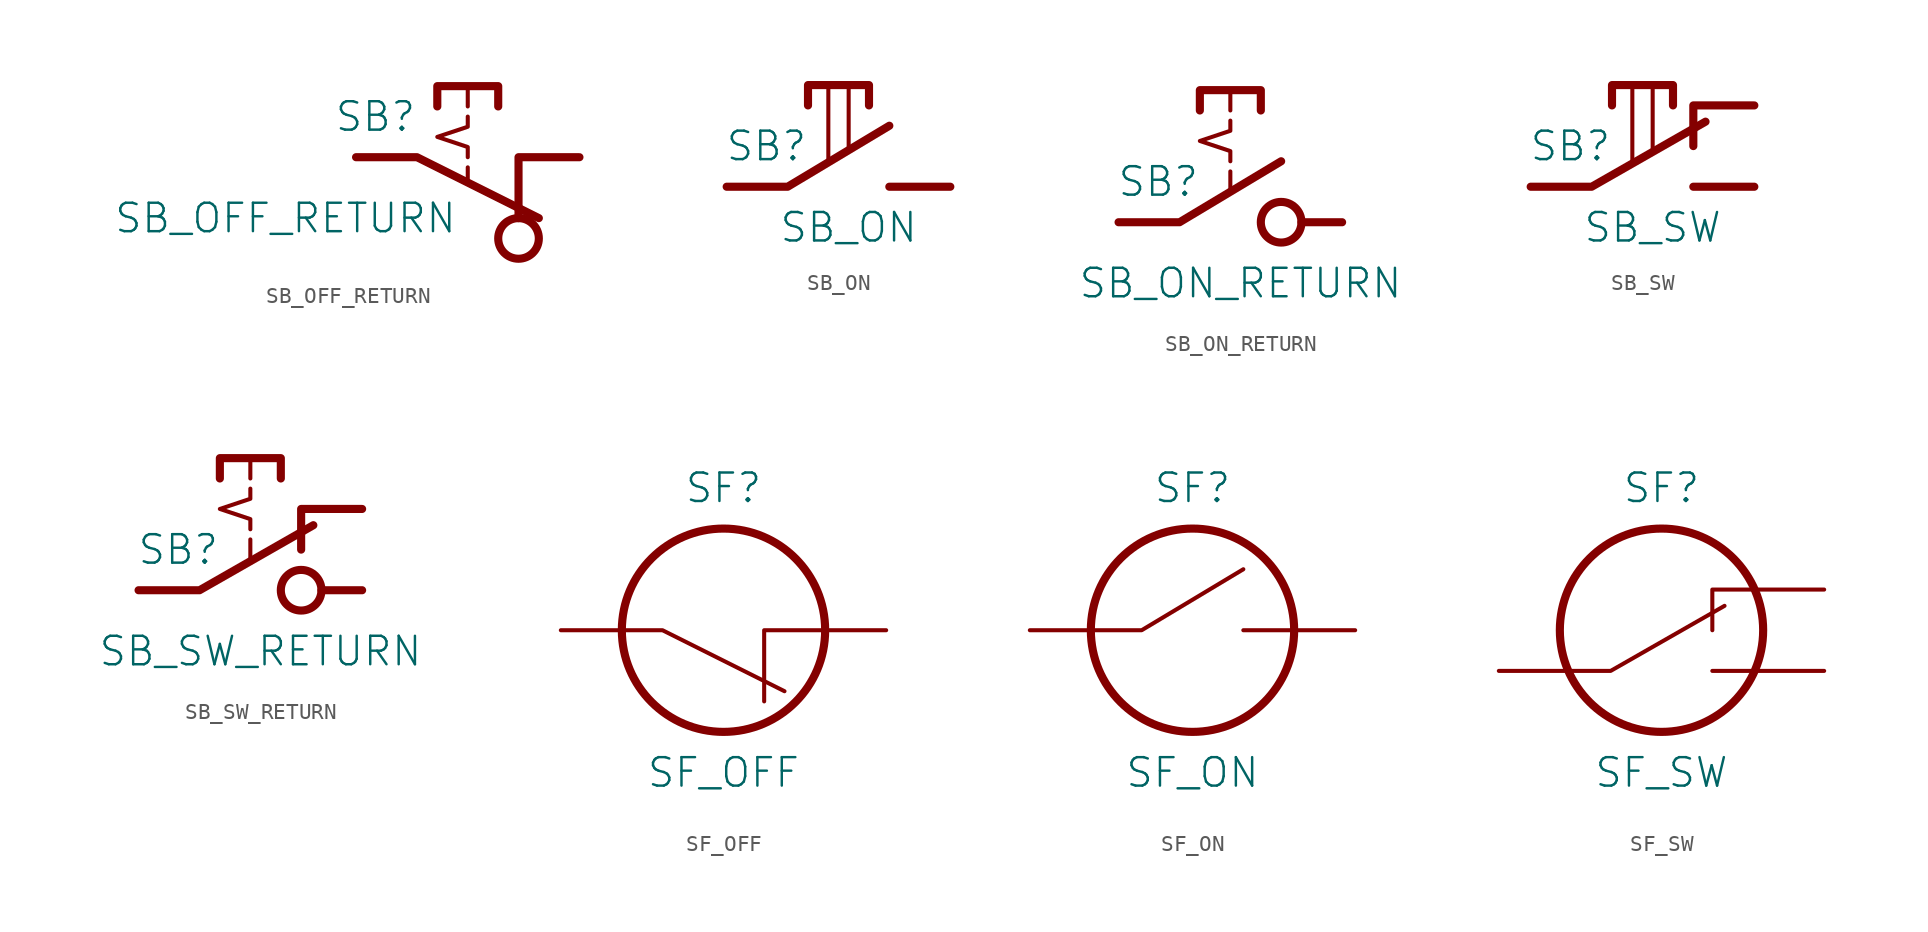
<source format=kicad_sym>
(kicad_symbol_lib
  (version 20211014)
  (generator kicad_symbol_editor)
  (symbol "SB_OFF_RETURN"
    (pin_names
      (offset 0))
    (property "Reference" "SB"
      (at -3.81 2.54 0)
      (effects (font (size 1.778 1.778)) (justify right)))
    (property "Value" "SB_OFF_RETURN"
      (at -1.27 -3.81 0)
      (effects (font (size 1.778 1.778)) (justify right)))
    (symbol "SB_OFF_RETURN_0_1"
      (polyline (pts (xy -0.635 -0.635) (xy -0.635 -1.524)) (stroke (width 0.254) (type default) (color 0 0 0 0)) (fill (type none)))
      (polyline (pts (xy -0.635 4.445) (xy -0.635 3.175)) (stroke (width 0.254) (type default) (color 0 0 0 0)) (fill (type none)))
      (polyline (pts (xy -7.62 0) (xy -3.81 0) (xy 3.81 -3.81)) (stroke (width 0.508) (type default) (color 0 0 0 0)) (fill (type none)))
      (polyline (pts (xy 6.35 0) (xy 2.54 0) (xy 2.54 -3.81)) (stroke (width 0.508) (type default) (color 0 0 0 0)) (fill (type none)))
      (polyline (pts (xy -2.54 3.175) (xy -2.54 4.445) (xy 1.27 4.445) (xy 1.27 3.175)) (stroke (width 0.508) (type default) (color 0 0 0 0)) (fill (type none)))
      (polyline (pts (xy -0.635 2.54) (xy -0.635 1.905) (xy -2.54 1.27) (xy -0.635 0.635) (xy -0.635 0)) (stroke (width 0.254) (type default) (color 0 0 0 0)) (fill (type none)))
      (circle (center 2.54 -5.08) (radius 1.27) (stroke (width 0.508) (type default) (color 0 0 0 0)) (fill (type none))))
    (symbol "SB_OFF_RETURN_1_1"
      (pin passive line (at -7.62 0 0) (length 2.54) hide (name "~" (effects (font (size 1.27 1.27)))) (number "1" (effects (font (size 1.27 1.27)))))
      (pin passive line (at 6.35 0 180) (length 2.54) hide (name "~" (effects (font (size 1.27 1.27)))) (number "2" (effects (font (size 1.27 1.27)))))))
  (symbol "SB_ON"
    (pin_names
      (offset 0))
    (property "Reference" "SB"
      (at -2.54 2.54 0)
      (effects (font (size 1.778 1.778)) (justify right)))
    (property "Value" "SB_ON"
      (at 0 -2.54 0)
      (effects (font (size 1.778 1.778))))
    (symbol "SB_ON_0_1"
      (polyline (pts (xy -1.27 1.524) (xy -1.27 6.35)) (stroke (width 0.254) (type default) (color 0 0 0 0)) (fill (type none)))
      (polyline (pts (xy 0 6.35) (xy 0 2.286)) (stroke (width 0.254) (type default) (color 0 0 0 0)) (fill (type none)))
      (polyline (pts (xy 6.35 0) (xy 2.54 0)) (stroke (width 0.508) (type default) (color 0 0 0 0)) (fill (type none)))
      (polyline (pts (xy -7.62 0) (xy -3.81 0) (xy 2.54 3.81)) (stroke (width 0.508) (type default) (color 0 0 0 0)) (fill (type none)))
      (polyline (pts (xy -2.54 5.08) (xy -2.54 6.35) (xy 1.27 6.35) (xy 1.27 5.08)) (stroke (width 0.508) (type default) (color 0 0 0 0)) (fill (type none))))
    (symbol "SB_ON_1_1"
      (pin passive line (at -7.62 0 0) (length 2.54) hide (name "~" (effects (font (size 1.27 1.27)))) (number "1" (effects (font (size 1.27 1.27)))))
      (pin passive line (at 6.35 0 180) (length 2.54) hide (name "~" (effects (font (size 1.27 1.27)))) (number "2" (effects (font (size 1.27 1.27)))))))
  (symbol "SB_ON_RETURN"
    (pin_names
      (offset 0))
    (property "Reference" "SB"
      (at -2.54 2.54 0)
      (effects (font (size 1.778 1.778)) (justify right)))
    (property "Value" "SB_ON_RETURN"
      (at 0 -3.81 0)
      (effects (font (size 1.778 1.778))))
    (symbol "SB_ON_RETURN_0_1"
      (polyline (pts (xy -0.635 1.905) (xy -0.635 3.175)) (stroke (width 0.254) (type default) (color 0 0 0 0)) (fill (type none)))
      (polyline (pts (xy -0.635 6.985) (xy -0.635 8.255)) (stroke (width 0.254) (type default) (color 0 0 0 0)) (fill (type none)))
      (polyline (pts (xy 6.35 0) (xy 3.81 0)) (stroke (width 0.508) (type default) (color 0 0 0 0)) (fill (type none)))
      (polyline (pts (xy -7.62 0) (xy -3.81 0) (xy 2.54 3.81)) (stroke (width 0.508) (type default) (color 0 0 0 0)) (fill (type none)))
      (polyline (pts (xy -2.54 6.985) (xy -2.54 8.255) (xy 1.27 8.255) (xy 1.27 6.985)) (stroke (width 0.508) (type default) (color 0 0 0 0)) (fill (type none)))
      (polyline (pts (xy -0.635 6.35) (xy -0.635 5.715) (xy -2.54 5.08) (xy -0.635 4.445) (xy -0.635 3.81)) (stroke (width 0.254) (type default) (color 0 0 0 0)) (fill (type none)))
      (circle (center 2.54 0) (radius 1.27) (stroke (width 0.508) (type default) (color 0 0 0 0)) (fill (type none))))
    (symbol "SB_ON_RETURN_1_1"
      (pin passive line (at -7.62 0 0) (length 2.54) hide (name "~" (effects (font (size 1.27 1.27)))) (number "1" (effects (font (size 1.27 1.27)))))
      (pin passive line (at 6.35 0 180) (length 2.54) hide (name "~" (effects (font (size 1.27 1.27)))) (number "2" (effects (font (size 1.27 1.27)))))))
  (symbol "SB_SW"
    (pin_names
      (offset 0))
    (property "Reference" "SB"
      (at -2.54 2.54 0)
      (effects (font (size 1.778 1.778)) (justify right)))
    (property "Value" "SB_SW"
      (at 0 -2.54 0)
      (effects (font (size 1.778 1.778))))
    (symbol "SB_SW_0_1"
      (polyline (pts (xy -1.27 1.524) (xy -1.27 6.35)) (stroke (width 0.254) (type default) (color 0 0 0 0)) (fill (type none)))
      (polyline (pts (xy 0 6.35) (xy 0 2.286)) (stroke (width 0.254) (type default) (color 0 0 0 0)) (fill (type none)))
      (polyline (pts (xy 2.54 0) (xy 6.35 0)) (stroke (width 0.508) (type default) (color 0 0 0 0)) (fill (type none)))
      (polyline (pts (xy 3.302 4.064) (xy -3.81 0) (xy -7.62 0)) (stroke (width 0.508) (type default) (color 0 0 0 0)) (fill (type none)))
      (polyline (pts (xy 6.35 5.08) (xy 2.54 5.08) (xy 2.54 2.54)) (stroke (width 0.508) (type default) (color 0 0 0 0)) (fill (type none)))
      (polyline (pts (xy -2.54 5.08) (xy -2.54 6.35) (xy 1.27 6.35) (xy 1.27 5.08)) (stroke (width 0.508) (type default) (color 0 0 0 0)) (fill (type none))))
    (symbol "SB_SW_1_1"
      (pin passive line (at 6.35 5.08 180) (length 2.54) hide (name "~" (effects (font (size 1.27 1.27)))) (number "1" (effects (font (size 1.27 1.27)))))
      (pin passive line (at -7.62 0 0) (length 2.54) hide (name "~" (effects (font (size 1.27 1.27)))) (number "2" (effects (font (size 1.27 1.27)))))
      (pin passive line (at 6.35 0 180) (length 2.54) hide (name "~" (effects (font (size 1.27 1.27)))) (number "3" (effects (font (size 1.27 1.27)))))))
  (symbol "SB_SW_RETURN"
    (pin_names
      (offset 0))
    (property "Reference" "SB"
      (at -2.54 2.54 0)
      (effects (font (size 1.778 1.778)) (justify right)))
    (property "Value" "SB_SW_RETURN"
      (at 0 -3.81 0)
      (effects (font (size 1.778 1.778))))
    (symbol "SB_SW_RETURN_0_1"
      (polyline (pts (xy -0.635 3.175) (xy -0.635 1.905)) (stroke (width 0.254) (type default) (color 0 0 0 0)) (fill (type none)))
      (polyline (pts (xy -0.635 8.255) (xy -0.635 6.985)) (stroke (width 0.254) (type default) (color 0 0 0 0)) (fill (type none)))
      (polyline (pts (xy 3.81 0) (xy 6.35 0)) (stroke (width 0.508) (type default) (color 0 0 0 0)) (fill (type none)))
      (polyline (pts (xy 3.302 4.064) (xy -3.81 0) (xy -7.62 0)) (stroke (width 0.508) (type default) (color 0 0 0 0)) (fill (type none)))
      (polyline (pts (xy 6.35 5.08) (xy 2.54 5.08) (xy 2.54 2.54)) (stroke (width 0.508) (type default) (color 0 0 0 0)) (fill (type none)))
      (polyline (pts (xy -2.54 6.985) (xy -2.54 8.255) (xy 1.27 8.255) (xy 1.27 6.985)) (stroke (width 0.508) (type default) (color 0 0 0 0)) (fill (type none)))
      (polyline (pts (xy -0.635 6.35) (xy -0.635 5.715) (xy -2.54 5.08) (xy -0.635 4.445) (xy -0.635 3.81)) (stroke (width 0.254) (type default) (color 0 0 0 0)) (fill (type none)))
      (circle (center 2.54 0) (radius 1.27) (stroke (width 0.508) (type default) (color 0 0 0 0)) (fill (type none))))
    (symbol "SB_SW_RETURN_1_1"
      (pin passive line (at 6.35 5.08 180) (length 2.54) hide (name "~" (effects (font (size 1.27 1.27)))) (number "1" (effects (font (size 1.27 1.27)))))
      (pin passive line (at -7.62 0 0) (length 2.54) hide (name "~" (effects (font (size 1.27 1.27)))) (number "2" (effects (font (size 1.27 1.27)))))
      (pin passive line (at 6.35 0 180) (length 2.54) hide (name "~" (effects (font (size 1.27 1.27)))) (number "3" (effects (font (size 1.27 1.27)))))))
  (symbol "SF_OFF"
    (pin_names
      (offset 0))
    (property "Reference" "SF"
      (at 0 8.89 0)
      (effects (font (size 1.778 1.778))))
    (property "Value" "SF_OFF"
      (at 0 -8.89 0)
      (effects (font (size 1.778 1.778))))
    (symbol "SF_OFF_0_1"
      (polyline (pts (xy -10.16 0) (xy -3.81 0) (xy 3.81 -3.81)) (stroke (width 0.254) (type default) (color 0 0 0 0)) (fill (type none)))
      (polyline (pts (xy 10.16 0) (xy 2.54 0) (xy 2.54 -4.445)) (stroke (width 0.254) (type default) (color 0 0 0 0)) (fill (type none)))
      (circle (center 0 0) (radius 6.35) (stroke (width 0.508) (type default) (color 0 0 0 0)) (fill (type none))))
    (symbol "SF_OFF_1_1"
      (pin passive line (at -10.16 0 0) (length 2.54) hide (name "~" (effects (font (size 1.27 1.27)))) (number "1" (effects (font (size 1.27 1.27)))))
      (pin passive line (at 10.16 0 180) (length 2.54) hide (name "~" (effects (font (size 1.27 1.27)))) (number "2" (effects (font (size 1.27 1.27)))))))
  (symbol "SF_ON"
    (pin_names
      (offset 0))
    (property "Reference" "SF"
      (at 0 8.89 0)
      (effects (font (size 1.778 1.778))))
    (property "Value" "SF_ON"
      (at 0 -8.89 0)
      (effects (font (size 1.778 1.778))))
    (symbol "SF_ON_0_1"
      (polyline (pts (xy 10.16 0) (xy 3.175 0)) (stroke (width 0.254) (type default) (color 0 0 0 0)) (fill (type none)))
      (polyline (pts (xy -10.16 0) (xy -3.175 0) (xy 3.175 3.81)) (stroke (width 0.254) (type default) (color 0 0 0 0)) (fill (type none)))
      (circle (center 0 0) (radius 6.35) (stroke (width 0.508) (type default) (color 0 0 0 0)) (fill (type none))))
    (symbol "SF_ON_1_1"
      (pin passive line (at -10.16 0 0) (length 2.54) hide (name "~" (effects (font (size 1.27 1.27)))) (number "1" (effects (font (size 1.27 1.27)))))
      (pin passive line (at 10.16 0 180) (length 2.54) hide (name "~" (effects (font (size 1.27 1.27)))) (number "2" (effects (font (size 1.27 1.27)))))))
  (symbol "SF_SW"
    (pin_names
      (offset 0))
    (property "Reference" "SF"
      (at 0 8.89 0)
      (effects (font (size 1.778 1.778))))
    (property "Value" "SF_SW"
      (at 0 -8.89 0)
      (effects (font (size 1.778 1.778))))
    (symbol "SF_SW_0_1"
      (polyline (pts (xy 3.175 -2.54) (xy 10.16 -2.54)) (stroke (width 0.254) (type default) (color 0 0 0 0)) (fill (type none)))
      (polyline (pts (xy 3.937 1.524) (xy -3.175 -2.54) (xy -10.16 -2.54)) (stroke (width 0.254) (type default) (color 0 0 0 0)) (fill (type none)))
      (polyline (pts (xy 10.16 2.54) (xy 3.175 2.54) (xy 3.175 0)) (stroke (width 0.254) (type default) (color 0 0 0 0)) (fill (type none)))
      (circle (center 0 0) (radius 6.35) (stroke (width 0.508) (type default) (color 0 0 0 0)) (fill (type none))))
    (symbol "SF_SW_1_1"
      (pin passive line (at 10.16 2.54 180) (length 2.54) hide (name "~" (effects (font (size 1.27 1.27)))) (number "1" (effects (font (size 1.27 1.27)))))
      (pin passive line (at -10.16 -2.54 0) (length 2.54) hide (name "~" (effects (font (size 1.27 1.27)))) (number "2" (effects (font (size 1.27 1.27)))))
      (pin passive line (at 10.16 -2.54 180) (length 2.54) hide (name "~" (effects (font (size 1.27 1.27)))) (number "3" (effects (font (size 1.27 1.27))))))))
</source>
